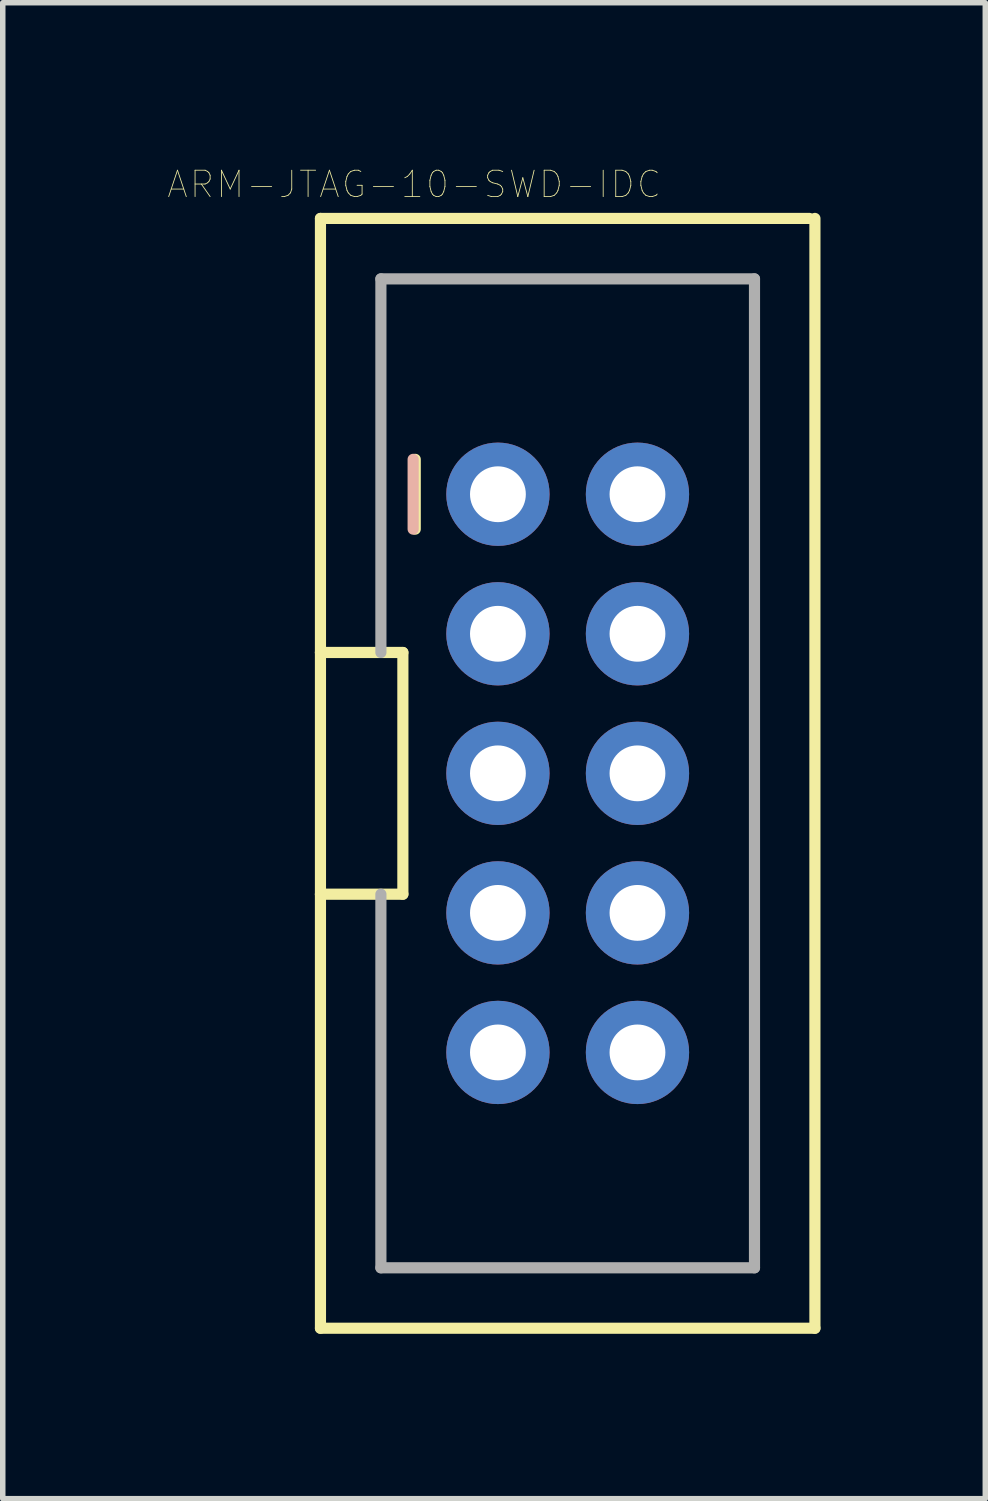
<source format=kicad_pcb>
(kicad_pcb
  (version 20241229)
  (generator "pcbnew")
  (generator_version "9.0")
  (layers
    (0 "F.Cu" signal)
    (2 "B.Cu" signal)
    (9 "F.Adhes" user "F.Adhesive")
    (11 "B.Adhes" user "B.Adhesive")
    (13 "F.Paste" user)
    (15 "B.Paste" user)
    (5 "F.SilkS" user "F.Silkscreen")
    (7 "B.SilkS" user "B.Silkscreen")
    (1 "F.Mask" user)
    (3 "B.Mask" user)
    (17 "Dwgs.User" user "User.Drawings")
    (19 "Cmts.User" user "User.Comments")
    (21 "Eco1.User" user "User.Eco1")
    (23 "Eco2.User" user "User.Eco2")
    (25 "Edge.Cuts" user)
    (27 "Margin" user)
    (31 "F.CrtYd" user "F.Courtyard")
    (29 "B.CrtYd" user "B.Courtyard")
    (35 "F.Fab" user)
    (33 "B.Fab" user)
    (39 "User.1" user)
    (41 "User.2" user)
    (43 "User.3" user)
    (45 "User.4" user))
  (footprint "ARM-JTAG-10-SWD-IDC"
    (layer "F.Cu")
    (at 7.283 11.026)
    (property "Reference" "ARM-JTAG-10-SWD-IDC" (at -2.794 -10.719 0) (layer "F.SilkS") (effects (font (size 0.48 0.48) (thickness 0.015))))
    (attr through_hole)
    (fp_line (start -4.5 -10.1) (end 4.4 -10.1) (stroke (width 0.203) (type solid)) (layer "F.SilkS"))
    (fp_line (start -4.5 -2.2) (end -4.5 -10.1) (stroke (width 0.203) (type solid)) (layer "F.SilkS"))
    (fp_line (start -4.5 -2.2) (end -3 -2.2) (stroke (width 0.203) (type solid)) (layer "F.SilkS"))
    (fp_line (start -4.5 2.2) (end -4.5 -2.2) (stroke (width 0.203) (type solid)) (layer "F.SilkS"))
    (fp_line (start -4.5 10.1) (end -4.5 2.2) (stroke (width 0.203) (type solid)) (layer "F.SilkS"))
    (fp_line (start -3 -2.2) (end -3 2.2) (stroke (width 0.203) (type solid)) (layer "F.SilkS"))
    (fp_line (start -3 2.2) (end -4.5 2.2) (stroke (width 0.203) (type solid)) (layer "F.SilkS"))
    (fp_line (start -2.775 -5.715) (end -2.775 -4.445) (stroke (width 0.203) (type solid)) (layer "F.SilkS"))
    (fp_line (start 4.5 -10.1) (end 4.5 10.1) (stroke (width 0.203) (type solid)) (layer "F.SilkS"))
    (fp_line (start 4.5 10.1) (end -4.5 10.1) (stroke (width 0.203) (type solid)) (layer "F.SilkS"))
    (fp_line (start -2.813 -5.715) (end -2.813 -4.445) (stroke (width 0.203) (type solid)) (layer "B.SilkS"))
    (fp_line (start -3.4 -9) (end -3.4 -2.2) (stroke (width 0.203) (type solid)) (layer "F.Fab"))
    (fp_line (start -3.4 -9) (end 3.4 -9) (stroke (width 0.203) (type solid)) (layer "F.Fab"))
    (fp_line (start -3.4 9) (end -3.4 2.2) (stroke (width 0.203) (type solid)) (layer "F.Fab"))
    (fp_line (start -3.4 9) (end 3.4 9) (stroke (width 0.203) (type solid)) (layer "F.Fab"))
    (fp_line (start 3.4 -9) (end 3.4 9) (stroke (width 0.203) (type solid)) (layer "F.Fab"))
    (fp_poly (pts (xy -1.524 -5.334) (xy -1.016 -5.334) (xy -1.016 -4.826) (xy -1.524 -4.826)) (stroke (width 0.01) (type solid)) (fill no) (layer "F.Fab"))
    (fp_poly (pts (xy -1.524 -2.794) (xy -1.016 -2.794) (xy -1.016 -2.286) (xy -1.524 -2.286)) (stroke (width 0.01) (type solid)) (fill no) (layer "F.Fab"))
    (fp_poly (pts (xy -1.524 -0.254) (xy -1.016 -0.254) (xy -1.016 0.254) (xy -1.524 0.254)) (stroke (width 0.01) (type solid)) (fill no) (layer "F.Fab"))
    (fp_poly (pts (xy -1.524 2.286) (xy -1.016 2.286) (xy -1.016 2.794) (xy -1.524 2.794)) (stroke (width 0.01) (type solid)) (fill no) (layer "F.Fab"))
    (fp_poly (pts (xy -1.524 2.286) (xy -1.016 2.286) (xy -1.016 2.794) (xy -1.524 2.794)) (stroke (width 0.01) (type solid)) (fill no) (layer "F.Fab"))
    (fp_poly (pts (xy -1.524 4.826) (xy -1.016 4.826) (xy -1.016 5.334) (xy -1.524 5.334)) (stroke (width 0.01) (type solid)) (fill no) (layer "F.Fab"))
    (fp_poly (pts (xy 1.016 -5.334) (xy 1.524 -5.334) (xy 1.524 -4.826) (xy 1.016 -4.826)) (stroke (width 0.01) (type solid)) (fill no) (layer "F.Fab"))
    (fp_poly (pts (xy 1.016 -2.794) (xy 1.524 -2.794) (xy 1.524 -2.286) (xy 1.016 -2.286)) (stroke (width 0.01) (type solid)) (fill no) (layer "F.Fab"))
    (fp_poly (pts (xy 1.016 -0.254) (xy 1.524 -0.254) (xy 1.524 0.254) (xy 1.016 0.254)) (stroke (width 0.01) (type solid)) (fill no) (layer "F.Fab"))
    (fp_poly (pts (xy 1.016 2.286) (xy 1.524 2.286) (xy 1.524 2.794) (xy 1.016 2.794)) (stroke (width 0.01) (type solid)) (fill no) (layer "F.Fab"))
    (fp_poly (pts (xy 1.016 2.286) (xy 1.524 2.286) (xy 1.524 2.794) (xy 1.016 2.794)) (stroke (width 0.01) (type solid)) (fill no) (layer "F.Fab"))
    (fp_poly (pts (xy 1.016 4.826) (xy 1.524 4.826) (xy 1.524 5.334) (xy 1.016 5.334)) (stroke (width 0.01) (type solid)) (fill no) (layer "F.Fab"))
    (pad "GND@1" thru_hole circle (at -1.27 -2.54) (size 1.88 1.88) (drill 1.016) (layers "*.Cu" "*.Mask"))
    (pad "GND@2" thru_hole circle (at -1.27 0) (size 1.88 1.88) (drill 1.016) (layers "*.Cu" "*.Mask"))
    (pad "GND@3" thru_hole circle (at -1.27 5.08) (size 1.88 1.88) (drill 1.016) (layers "*.Cu" "*.Mask"))
    (pad "RESET" thru_hole circle (at 1.27 5.08) (size 1.88 1.88) (drill 1.016) (layers "*.Cu" "*.Mask"))
    (pad "RXI" thru_hole circle (at -1.27 2.54) (size 1.88 1.88) (drill 1.016) (layers "*.Cu" "*.Mask"))
    (pad "SWCLK" thru_hole circle (at 1.27 -2.54) (size 1.88 1.88) (drill 1.016) (layers "*.Cu" "*.Mask"))
    (pad "SWDIO" thru_hole circle (at 1.27 -5.08) (size 1.88 1.88) (drill 1.016) (layers "*.Cu" "*.Mask"))
    (pad "SWO" thru_hole circle (at 1.27 0) (size 1.88 1.88) (drill 1.016) (layers "*.Cu" "*.Mask"))
    (pad "TXO" thru_hole circle (at 1.27 2.54) (size 1.88 1.88) (drill 1.016) (layers "*.Cu" "*.Mask"))
    (pad "VREF" thru_hole circle (at -1.27 -5.08) (size 1.88 1.88) (drill 1.016) (layers "*.Cu" "*.Mask")))
  (gr_rect
    (start -3 -3)
    (end 14.884 24.228)
    (stroke (width 0.1) (type default))
    (fill no)
    (layer "Edge.Cuts")))
</source>
